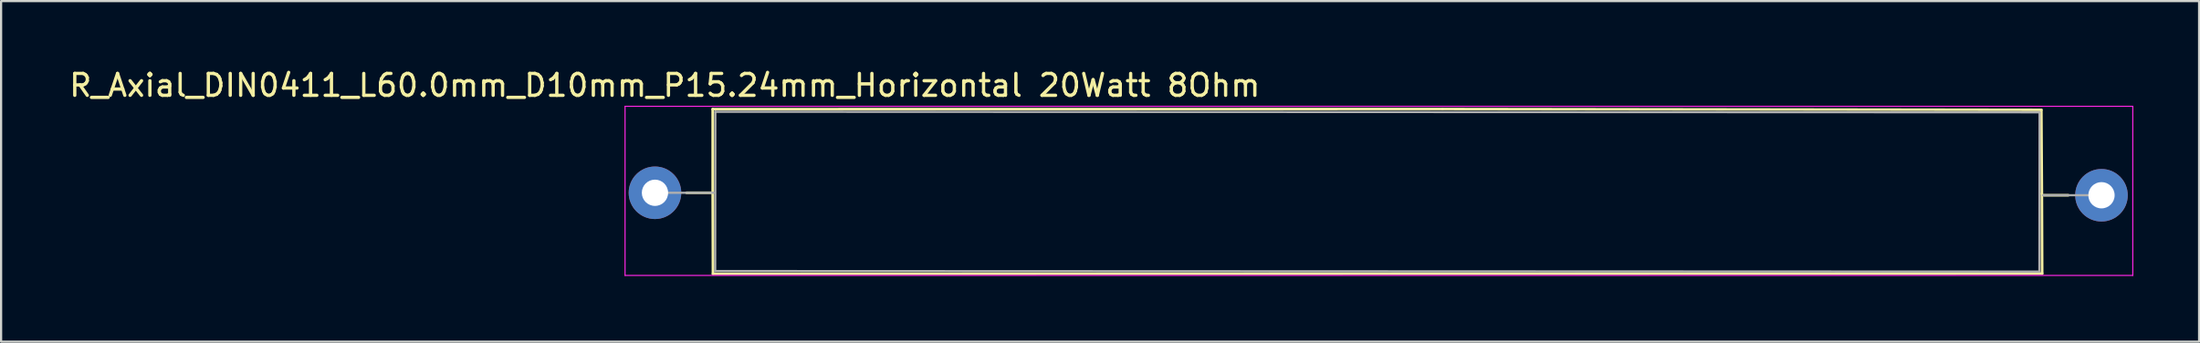
<source format=kicad_pcb>
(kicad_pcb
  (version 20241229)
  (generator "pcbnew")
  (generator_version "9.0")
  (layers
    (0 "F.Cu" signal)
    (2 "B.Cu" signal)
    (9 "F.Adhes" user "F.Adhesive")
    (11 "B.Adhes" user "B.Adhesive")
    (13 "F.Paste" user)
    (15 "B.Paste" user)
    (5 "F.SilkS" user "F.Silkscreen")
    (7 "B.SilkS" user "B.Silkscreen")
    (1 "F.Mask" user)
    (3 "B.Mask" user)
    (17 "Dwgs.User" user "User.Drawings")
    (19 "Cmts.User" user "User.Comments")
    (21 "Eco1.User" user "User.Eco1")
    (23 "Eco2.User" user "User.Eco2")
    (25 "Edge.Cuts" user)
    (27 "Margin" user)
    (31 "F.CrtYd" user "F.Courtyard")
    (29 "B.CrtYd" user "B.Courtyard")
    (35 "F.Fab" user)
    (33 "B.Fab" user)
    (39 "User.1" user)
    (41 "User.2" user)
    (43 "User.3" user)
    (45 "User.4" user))
  (footprint "R_Axial_DIN0411_L60.0mm_D10mm_P15.24mm_Horizontal 20Watt 8Ohm"
    (layer "F.Cu")
    (at 26.927 3.854)
    (property "Reference" "R_Axial_DIN0411_L60.0mm_D10mm_P15.24mm_Horizontal 20Watt 8Ohm" (at 0.364 -3.006 0) (layer "F.SilkS") (effects (font (size 1 1) (thickness 0.15))))
    (attr through_hole)
    (fp_line (start 1.355 1.9) (end 2.465 1.9) (stroke (width 0.12) (type solid)) (layer "F.SilkS"))
    (fp_line (start 2.55 -1.92) (end 2.55 1.92) (stroke (width 0.12) (type solid)) (layer "F.SilkS"))
    (fp_line (start 2.55 1.897) (end 2.562 5.6) (stroke (width 0.12) (type solid)) (layer "F.SilkS"))
    (fp_line (start 35.862 -1.925) (end 2.55 -1.92) (stroke (width 0.12) (type solid)) (layer "F.SilkS"))
    (fp_line (start 63.188 -1.887) (end 35.862 -1.925) (stroke (width 0.12) (type solid)) (layer "F.SilkS"))
    (fp_line (start 63.212 1.945) (end 63.188 -1.887) (stroke (width 0.12) (type solid)) (layer "F.SilkS"))
    (fp_line (start 63.225 5.588) (end 2.562 5.6) (stroke (width 0.12) (type solid)) (layer "F.SilkS"))
    (fp_line (start 63.225 5.588) (end 63.212 1.945) (stroke (width 0.12) (type solid)) (layer "F.SilkS"))
    (fp_line (start 64.418 2.013) (end 63.307 2.013) (stroke (width 0.12) (type solid)) (layer "F.SilkS"))
    (fp_line (start -1.45 -2.05) (end -1.45 5.675) (stroke (width 0.05) (type solid)) (layer "F.CrtYd"))
    (fp_line (start 67.362 -2.05) (end -1.45 -2.05) (stroke (width 0.05) (type solid)) (layer "F.CrtYd"))
    (fp_line (start 67.362 5.675) (end -1.45 5.675) (stroke (width 0.05) (type solid)) (layer "F.CrtYd"))
    (fp_line (start 67.362 5.675) (end 67.362 -2.05) (stroke (width 0.05) (type solid)) (layer "F.CrtYd"))
    (fp_line (start -0.085 1.9) (end 2.585 1.9) (stroke (width 0.1) (type solid)) (layer "F.Fab"))
    (fp_line (start 2.663 5.475) (end 63.1 5.5) (stroke (width 0.1) (type solid)) (layer "F.Fab"))
    (fp_line (start 2.67 -1.8) (end 2.663 5.475) (stroke (width 0.1) (type solid)) (layer "F.Fab"))
    (fp_line (start 63.108 -1.775) (end 2.67 -1.8) (stroke (width 0.1) (type solid)) (layer "F.Fab"))
    (fp_line (start 63.108 -1.775) (end 63.1 5.5) (stroke (width 0.1) (type solid)) (layer "F.Fab"))
    (fp_line (start 65.933 2.013) (end 63.263 2.013) (stroke (width 0.1) (type solid)) (layer "F.Fab"))
    (pad "1" thru_hole circle (at -0.085 1.9) (size 2.4 2.4) (drill 1.2) (layers "*.Cu" "*.Mask"))
    (pad "2" thru_hole oval (at 65.933 2.013) (size 2.4 2.4) (drill 1.2) (layers "*.Cu" "*.Mask")))
  (gr_rect
    (start -3 -3)
    (end 97.315 12.554)
    (stroke (width 0.1) (type default))
    (fill no)
    (layer "Edge.Cuts")))
</source>
